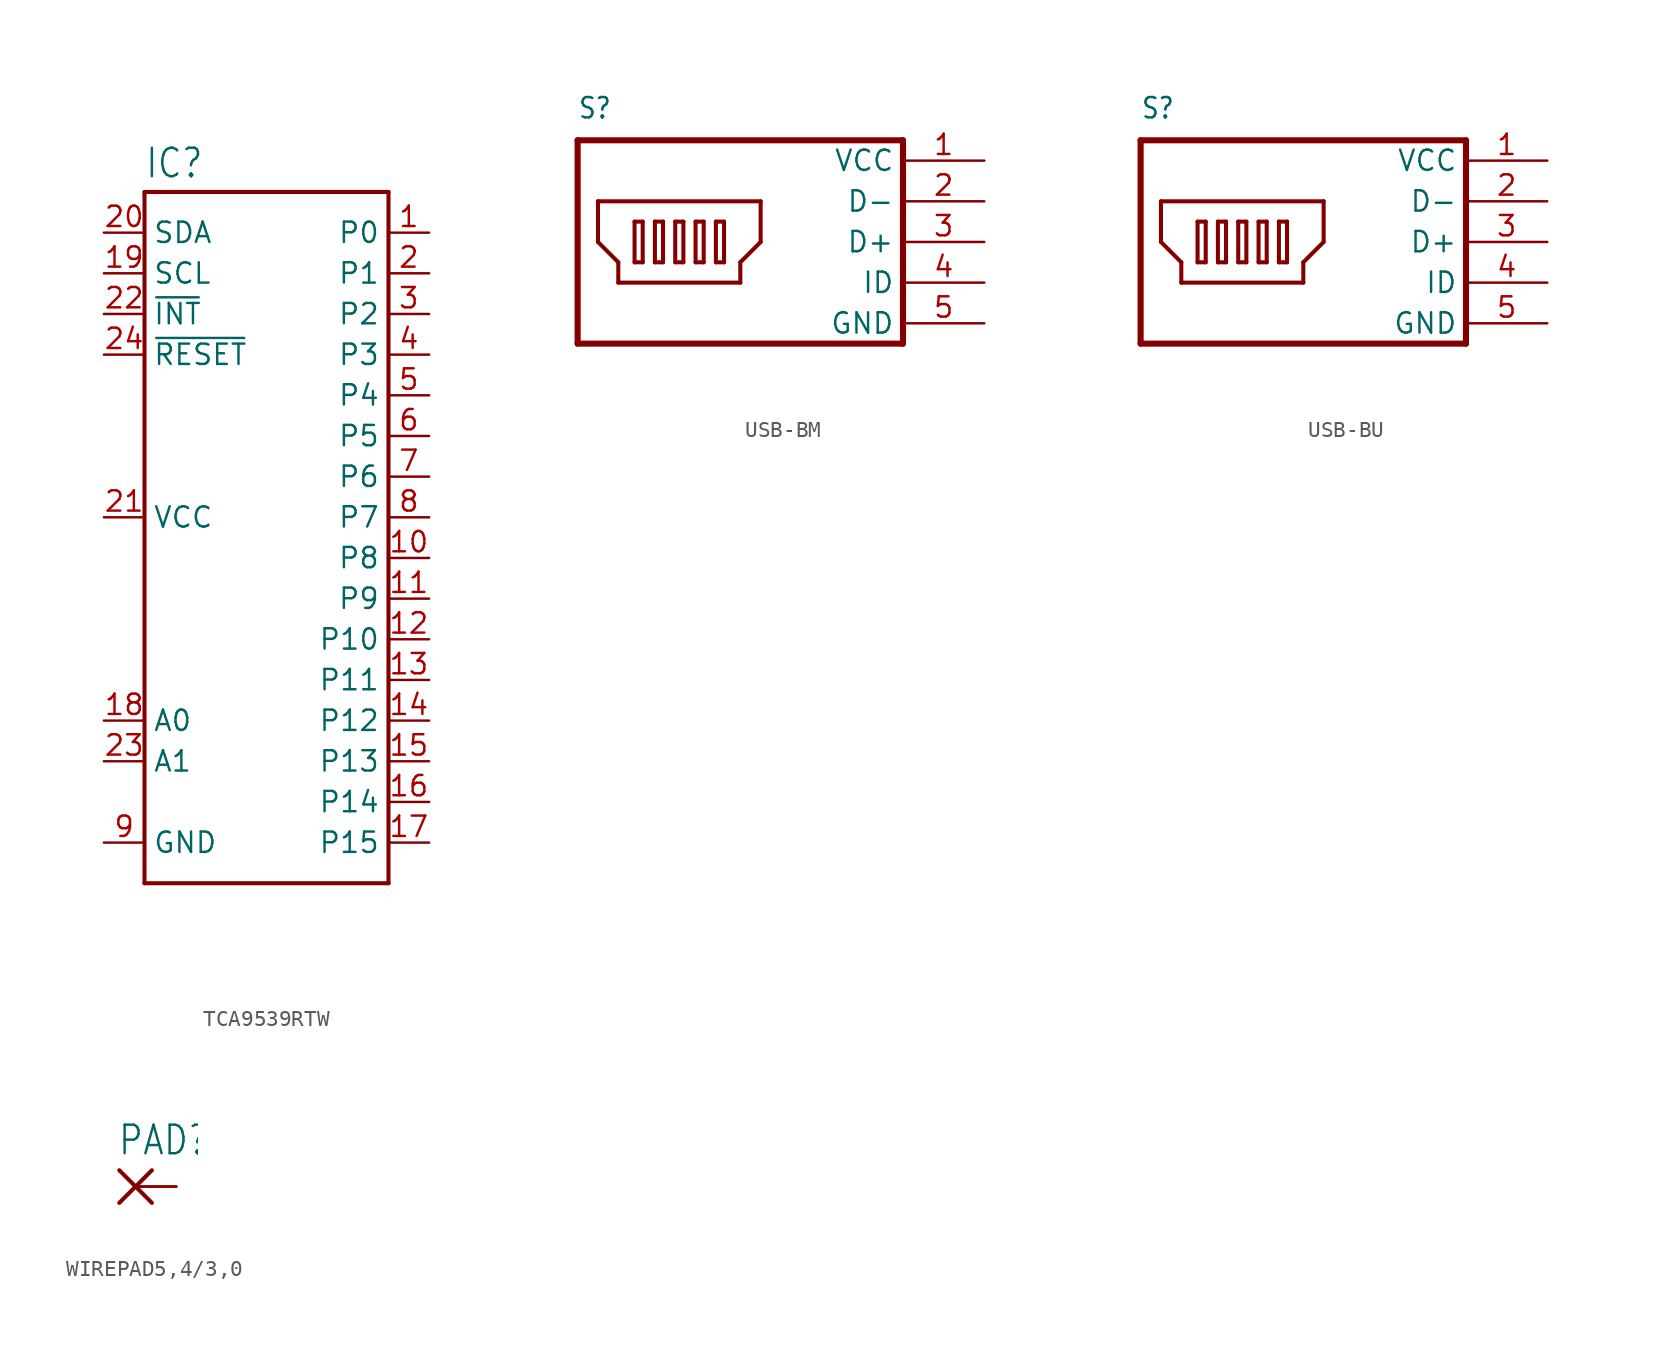
<source format=kicad_sym>
(kicad_symbol_lib
  (version 20231120)
  (generator "kicad_symbol_editor")
  (generator_version "8.0")
  (symbol "TCA9539RTW"
    (property "Reference" "IC"
      (at -7.62 21.082 0)
      (effects (font (size 1.778 1.511)) (justify left bottom)))
    (property "Value" ""
      (at -7.62 -25.4 0)
      (effects (font (size 1.778 1.511)) (justify left bottom)))
    (property "ki_locked" ""
      (at 0 0 0)
      (effects (font (size 1.27 1.27))))
    (symbol "TCA9539RTW_1_0"
      (polyline (pts (xy -7.62 -22.86) (xy -7.62 20.32)) (stroke (width 0.254) (type solid)) (fill (type none)))
      (polyline (pts (xy -7.62 20.32) (xy 7.62 20.32)) (stroke (width 0.254) (type solid)) (fill (type none)))
      (polyline (pts (xy 7.62 -22.86) (xy -7.62 -22.86)) (stroke (width 0.254) (type solid)) (fill (type none)))
      (polyline (pts (xy 7.62 20.32) (xy 7.62 -22.86)) (stroke (width 0.254) (type solid)) (fill (type none)))
      (pin bidirectional line (at 10.16 17.78 180) (length 2.54) (name "P0" (effects (font (size 1.27 1.27)))) (number "1" (effects (font (size 1.27 1.27)))))
      (pin bidirectional line (at 10.16 -2.54 180) (length 2.54) (name "P8" (effects (font (size 1.27 1.27)))) (number "10" (effects (font (size 1.27 1.27)))))
      (pin bidirectional line (at 10.16 -5.08 180) (length 2.54) (name "P9" (effects (font (size 1.27 1.27)))) (number "11" (effects (font (size 1.27 1.27)))))
      (pin bidirectional line (at 10.16 -7.62 180) (length 2.54) (name "P10" (effects (font (size 1.27 1.27)))) (number "12" (effects (font (size 1.27 1.27)))))
      (pin bidirectional line (at 10.16 -10.16 180) (length 2.54) (name "P11" (effects (font (size 1.27 1.27)))) (number "13" (effects (font (size 1.27 1.27)))))
      (pin bidirectional line (at 10.16 -12.7 180) (length 2.54) (name "P12" (effects (font (size 1.27 1.27)))) (number "14" (effects (font (size 1.27 1.27)))))
      (pin bidirectional line (at 10.16 -15.24 180) (length 2.54) (name "P13" (effects (font (size 1.27 1.27)))) (number "15" (effects (font (size 1.27 1.27)))))
      (pin bidirectional line (at 10.16 -17.78 180) (length 2.54) (name "P14" (effects (font (size 1.27 1.27)))) (number "16" (effects (font (size 1.27 1.27)))))
      (pin bidirectional line (at 10.16 -20.32 180) (length 2.54) (name "P15" (effects (font (size 1.27 1.27)))) (number "17" (effects (font (size 1.27 1.27)))))
      (pin bidirectional line (at -10.16 -12.7 0) (length 2.54) (name "A0" (effects (font (size 1.27 1.27)))) (number "18" (effects (font (size 1.27 1.27)))))
      (pin bidirectional line (at -10.16 15.24 0) (length 2.54) (name "SCL" (effects (font (size 1.27 1.27)))) (number "19" (effects (font (size 1.27 1.27)))))
      (pin bidirectional line (at 10.16 15.24 180) (length 2.54) (name "P1" (effects (font (size 1.27 1.27)))) (number "2" (effects (font (size 1.27 1.27)))))
      (pin bidirectional line (at -10.16 17.78 0) (length 2.54) (name "SDA" (effects (font (size 1.27 1.27)))) (number "20" (effects (font (size 1.27 1.27)))))
      (pin bidirectional line (at -10.16 0 0) (length 2.54) (name "VCC" (effects (font (size 1.27 1.27)))) (number "21" (effects (font (size 1.27 1.27)))))
      (pin bidirectional line (at -10.16 12.7 0) (length 2.54) (name "~{INT}" (effects (font (size 1.27 1.27)))) (number "22" (effects (font (size 1.27 1.27)))))
      (pin bidirectional line (at -10.16 -15.24 0) (length 2.54) (name "A1" (effects (font (size 1.27 1.27)))) (number "23" (effects (font (size 1.27 1.27)))))
      (pin bidirectional line (at -10.16 10.16 0) (length 2.54) (name "~{RESET}" (effects (font (size 1.27 1.27)))) (number "24" (effects (font (size 1.27 1.27)))))
      (pin bidirectional line (at 10.16 12.7 180) (length 2.54) (name "P2" (effects (font (size 1.27 1.27)))) (number "3" (effects (font (size 1.27 1.27)))))
      (pin bidirectional line (at 10.16 10.16 180) (length 2.54) (name "P3" (effects (font (size 1.27 1.27)))) (number "4" (effects (font (size 1.27 1.27)))))
      (pin bidirectional line (at 10.16 7.62 180) (length 2.54) (name "P4" (effects (font (size 1.27 1.27)))) (number "5" (effects (font (size 1.27 1.27)))))
      (pin bidirectional line (at 10.16 5.08 180) (length 2.54) (name "P5" (effects (font (size 1.27 1.27)))) (number "6" (effects (font (size 1.27 1.27)))))
      (pin bidirectional line (at 10.16 2.54 180) (length 2.54) (name "P6" (effects (font (size 1.27 1.27)))) (number "7" (effects (font (size 1.27 1.27)))))
      (pin bidirectional line (at 10.16 0 180) (length 2.54) (name "P7" (effects (font (size 1.27 1.27)))) (number "8" (effects (font (size 1.27 1.27)))))
      (pin bidirectional line (at -10.16 -20.32 0) (length 2.54) (name "GND" (effects (font (size 1.27 1.27)))) (number "9" (effects (font (size 1.27 1.27)))))))
  (symbol "USB-BM"
    (property "Reference" "S"
      (at -17.78 12.7 0)
      (effects (font (size 1.27 1.079)) (justify left bottom)))
    (property "Value" ""
      (at -17.78 -3.81 0)
      (effects (font (size 1.27 1.079)) (justify left bottom)))
    (property "ki_locked" ""
      (at 0 0 0)
      (effects (font (size 1.27 1.27))))
    (symbol "USB-BM_1_0"
      (polyline (pts (xy -17.78 -1.27) (xy 2.54 -1.27)) (stroke (width 0.381) (type solid)) (fill (type none)))
      (polyline (pts (xy -17.78 11.43) (xy -17.78 -1.27)) (stroke (width 0.381) (type solid)) (fill (type none)))
      (polyline (pts (xy -16.51 5.08) (xy -15.24 3.81)) (stroke (width 0.254) (type solid)) (fill (type none)))
      (polyline (pts (xy -16.51 7.62) (xy -16.51 5.08)) (stroke (width 0.254) (type solid)) (fill (type none)))
      (polyline (pts (xy -15.24 2.54) (xy -7.62 2.54)) (stroke (width 0.254) (type solid)) (fill (type none)))
      (polyline (pts (xy -15.24 3.81) (xy -15.24 2.54)) (stroke (width 0.254) (type solid)) (fill (type none)))
      (polyline (pts (xy -14.224 3.81) (xy -14.224 6.35)) (stroke (width 0.254) (type solid)) (fill (type none)))
      (polyline (pts (xy -14.224 6.35) (xy -13.716 6.35)) (stroke (width 0.254) (type solid)) (fill (type none)))
      (polyline (pts (xy -13.716 3.81) (xy -14.224 3.81)) (stroke (width 0.254) (type solid)) (fill (type none)))
      (polyline (pts (xy -13.716 6.35) (xy -13.716 3.81)) (stroke (width 0.254) (type solid)) (fill (type none)))
      (polyline (pts (xy -12.954 3.81) (xy -12.954 6.35)) (stroke (width 0.254) (type solid)) (fill (type none)))
      (polyline (pts (xy -12.954 6.35) (xy -12.446 6.35)) (stroke (width 0.254) (type solid)) (fill (type none)))
      (polyline (pts (xy -12.446 3.81) (xy -12.954 3.81)) (stroke (width 0.254) (type solid)) (fill (type none)))
      (polyline (pts (xy -12.446 6.35) (xy -12.446 3.81)) (stroke (width 0.254) (type solid)) (fill (type none)))
      (polyline (pts (xy -11.684 3.81) (xy -11.684 6.35)) (stroke (width 0.254) (type solid)) (fill (type none)))
      (polyline (pts (xy -11.684 6.35) (xy -11.176 6.35)) (stroke (width 0.254) (type solid)) (fill (type none)))
      (polyline (pts (xy -11.176 3.81) (xy -11.684 3.81)) (stroke (width 0.254) (type solid)) (fill (type none)))
      (polyline (pts (xy -11.176 6.35) (xy -11.176 3.81)) (stroke (width 0.254) (type solid)) (fill (type none)))
      (polyline (pts (xy -10.414 3.81) (xy -10.414 6.35)) (stroke (width 0.254) (type solid)) (fill (type none)))
      (polyline (pts (xy -10.414 6.35) (xy -9.906 6.35)) (stroke (width 0.254) (type solid)) (fill (type none)))
      (polyline (pts (xy -9.906 3.81) (xy -10.414 3.81)) (stroke (width 0.254) (type solid)) (fill (type none)))
      (polyline (pts (xy -9.906 6.35) (xy -9.906 3.81)) (stroke (width 0.254) (type solid)) (fill (type none)))
      (polyline (pts (xy -9.144 3.81) (xy -9.144 6.35)) (stroke (width 0.254) (type solid)) (fill (type none)))
      (polyline (pts (xy -9.144 6.35) (xy -8.636 6.35)) (stroke (width 0.254) (type solid)) (fill (type none)))
      (polyline (pts (xy -8.636 3.81) (xy -9.144 3.81)) (stroke (width 0.254) (type solid)) (fill (type none)))
      (polyline (pts (xy -8.636 6.35) (xy -8.636 3.81)) (stroke (width 0.254) (type solid)) (fill (type none)))
      (polyline (pts (xy -7.62 2.54) (xy -7.62 3.81)) (stroke (width 0.254) (type solid)) (fill (type none)))
      (polyline (pts (xy -7.62 3.81) (xy -6.35 5.08)) (stroke (width 0.254) (type solid)) (fill (type none)))
      (polyline (pts (xy -6.35 5.08) (xy -6.35 7.62)) (stroke (width 0.254) (type solid)) (fill (type none)))
      (polyline (pts (xy -6.35 7.62) (xy -16.51 7.62)) (stroke (width 0.254) (type solid)) (fill (type none)))
      (polyline (pts (xy 2.54 -1.27) (xy 2.54 11.43)) (stroke (width 0.381) (type solid)) (fill (type none)))
      (polyline (pts (xy 2.54 11.43) (xy -17.78 11.43)) (stroke (width 0.381) (type solid)) (fill (type none)))
      (pin bidirectional line (at 7.62 10.16 180) (length 5.08) (name "VCC" (effects (font (size 1.27 1.27)))) (number "1" (effects (font (size 1.27 1.27)))))
      (pin bidirectional line (at 7.62 7.62 180) (length 5.08) (name "D-" (effects (font (size 1.27 1.27)))) (number "2" (effects (font (size 1.27 1.27)))))
      (pin bidirectional line (at 7.62 5.08 180) (length 5.08) (name "D+" (effects (font (size 1.27 1.27)))) (number "3" (effects (font (size 1.27 1.27)))))
      (pin bidirectional line (at 7.62 2.54 180) (length 5.08) (name "ID" (effects (font (size 1.27 1.27)))) (number "4" (effects (font (size 1.27 1.27)))))
      (pin bidirectional line (at 7.62 0 180) (length 5.08) (name "GND" (effects (font (size 1.27 1.27)))) (number "5" (effects (font (size 1.27 1.27)))))))
  (symbol "USB-BU"
    (property "Reference" "S"
      (at -17.78 12.7 0)
      (effects (font (size 1.27 1.079)) (justify left bottom)))
    (property "Value" ""
      (at -17.78 -3.81 0)
      (effects (font (size 1.27 1.079)) (justify left bottom)))
    (property "ki_locked" ""
      (at 0 0 0)
      (effects (font (size 1.27 1.27))))
    (symbol "USB-BU_1_0"
      (polyline (pts (xy -17.78 -1.27) (xy 2.54 -1.27)) (stroke (width 0.381) (type solid)) (fill (type none)))
      (polyline (pts (xy -17.78 11.43) (xy -17.78 -1.27)) (stroke (width 0.381) (type solid)) (fill (type none)))
      (polyline (pts (xy -16.51 5.08) (xy -15.24 3.81)) (stroke (width 0.254) (type solid)) (fill (type none)))
      (polyline (pts (xy -16.51 7.62) (xy -16.51 5.08)) (stroke (width 0.254) (type solid)) (fill (type none)))
      (polyline (pts (xy -15.24 2.54) (xy -7.62 2.54)) (stroke (width 0.254) (type solid)) (fill (type none)))
      (polyline (pts (xy -15.24 3.81) (xy -15.24 2.54)) (stroke (width 0.254) (type solid)) (fill (type none)))
      (polyline (pts (xy -14.224 3.81) (xy -14.224 6.35)) (stroke (width 0.254) (type solid)) (fill (type none)))
      (polyline (pts (xy -14.224 6.35) (xy -13.716 6.35)) (stroke (width 0.254) (type solid)) (fill (type none)))
      (polyline (pts (xy -13.716 3.81) (xy -14.224 3.81)) (stroke (width 0.254) (type solid)) (fill (type none)))
      (polyline (pts (xy -13.716 6.35) (xy -13.716 3.81)) (stroke (width 0.254) (type solid)) (fill (type none)))
      (polyline (pts (xy -12.954 3.81) (xy -12.954 6.35)) (stroke (width 0.254) (type solid)) (fill (type none)))
      (polyline (pts (xy -12.954 6.35) (xy -12.446 6.35)) (stroke (width 0.254) (type solid)) (fill (type none)))
      (polyline (pts (xy -12.446 3.81) (xy -12.954 3.81)) (stroke (width 0.254) (type solid)) (fill (type none)))
      (polyline (pts (xy -12.446 6.35) (xy -12.446 3.81)) (stroke (width 0.254) (type solid)) (fill (type none)))
      (polyline (pts (xy -11.684 3.81) (xy -11.684 6.35)) (stroke (width 0.254) (type solid)) (fill (type none)))
      (polyline (pts (xy -11.684 6.35) (xy -11.176 6.35)) (stroke (width 0.254) (type solid)) (fill (type none)))
      (polyline (pts (xy -11.176 3.81) (xy -11.684 3.81)) (stroke (width 0.254) (type solid)) (fill (type none)))
      (polyline (pts (xy -11.176 6.35) (xy -11.176 3.81)) (stroke (width 0.254) (type solid)) (fill (type none)))
      (polyline (pts (xy -10.414 3.81) (xy -10.414 6.35)) (stroke (width 0.254) (type solid)) (fill (type none)))
      (polyline (pts (xy -10.414 6.35) (xy -9.906 6.35)) (stroke (width 0.254) (type solid)) (fill (type none)))
      (polyline (pts (xy -9.906 3.81) (xy -10.414 3.81)) (stroke (width 0.254) (type solid)) (fill (type none)))
      (polyline (pts (xy -9.906 6.35) (xy -9.906 3.81)) (stroke (width 0.254) (type solid)) (fill (type none)))
      (polyline (pts (xy -9.144 3.81) (xy -9.144 6.35)) (stroke (width 0.254) (type solid)) (fill (type none)))
      (polyline (pts (xy -9.144 6.35) (xy -8.636 6.35)) (stroke (width 0.254) (type solid)) (fill (type none)))
      (polyline (pts (xy -8.636 3.81) (xy -9.144 3.81)) (stroke (width 0.254) (type solid)) (fill (type none)))
      (polyline (pts (xy -8.636 6.35) (xy -8.636 3.81)) (stroke (width 0.254) (type solid)) (fill (type none)))
      (polyline (pts (xy -7.62 2.54) (xy -7.62 3.81)) (stroke (width 0.254) (type solid)) (fill (type none)))
      (polyline (pts (xy -7.62 3.81) (xy -6.35 5.08)) (stroke (width 0.254) (type solid)) (fill (type none)))
      (polyline (pts (xy -6.35 5.08) (xy -6.35 7.62)) (stroke (width 0.254) (type solid)) (fill (type none)))
      (polyline (pts (xy -6.35 7.62) (xy -16.51 7.62)) (stroke (width 0.254) (type solid)) (fill (type none)))
      (polyline (pts (xy 2.54 -1.27) (xy 2.54 11.43)) (stroke (width 0.381) (type solid)) (fill (type none)))
      (polyline (pts (xy 2.54 11.43) (xy -17.78 11.43)) (stroke (width 0.381) (type solid)) (fill (type none)))
      (pin bidirectional line (at 7.62 10.16 180) (length 5.08) (name "VCC" (effects (font (size 1.27 1.27)))) (number "1" (effects (font (size 1.27 1.27)))))
      (pin bidirectional line (at 7.62 7.62 180) (length 5.08) (name "D-" (effects (font (size 1.27 1.27)))) (number "2" (effects (font (size 1.27 1.27)))))
      (pin bidirectional line (at 7.62 5.08 180) (length 5.08) (name "D+" (effects (font (size 1.27 1.27)))) (number "3" (effects (font (size 1.27 1.27)))))
      (pin bidirectional line (at 7.62 2.54 180) (length 5.08) (name "ID" (effects (font (size 1.27 1.27)))) (number "4" (effects (font (size 1.27 1.27)))))
      (pin bidirectional line (at 7.62 0 180) (length 5.08) (name "GND" (effects (font (size 1.27 1.27)))) (number "5" (effects (font (size 1.27 1.27)))))))
  (symbol "WIREPAD5,4/3,0"
    (property "Reference" "PAD"
      (at -1.143 1.854 0)
      (effects (font (size 1.778 1.511)) (justify left bottom)))
    (property "Value" ""
      (at -1.143 -3.302 0)
      (effects (font (size 1.778 1.511)) (justify left bottom)))
    (property "ki_locked" ""
      (at 0 0 0)
      (effects (font (size 1.27 1.27))))
    (symbol "WIREPAD5,4/3,0_1_0"
      (polyline (pts (xy -1.016 -1.016) (xy 1.016 1.016)) (stroke (width 0.254) (type solid)) (fill (type none)))
      (polyline (pts (xy -1.016 1.016) (xy 1.016 -1.016)) (stroke (width 0.254) (type solid)) (fill (type none)))
      (pin passive line (at 2.54 0 180) (length 2.54) (name "P" (effects (font (size 0 0)))) (number "1" (effects (font (size 0 0)))))
      (pin passive line (at 2.54 0 180) (length 2.54) (name "P" (effects (font (size 0 0)))) (number "2" (effects (font (size 0 0))))))))
</source>
